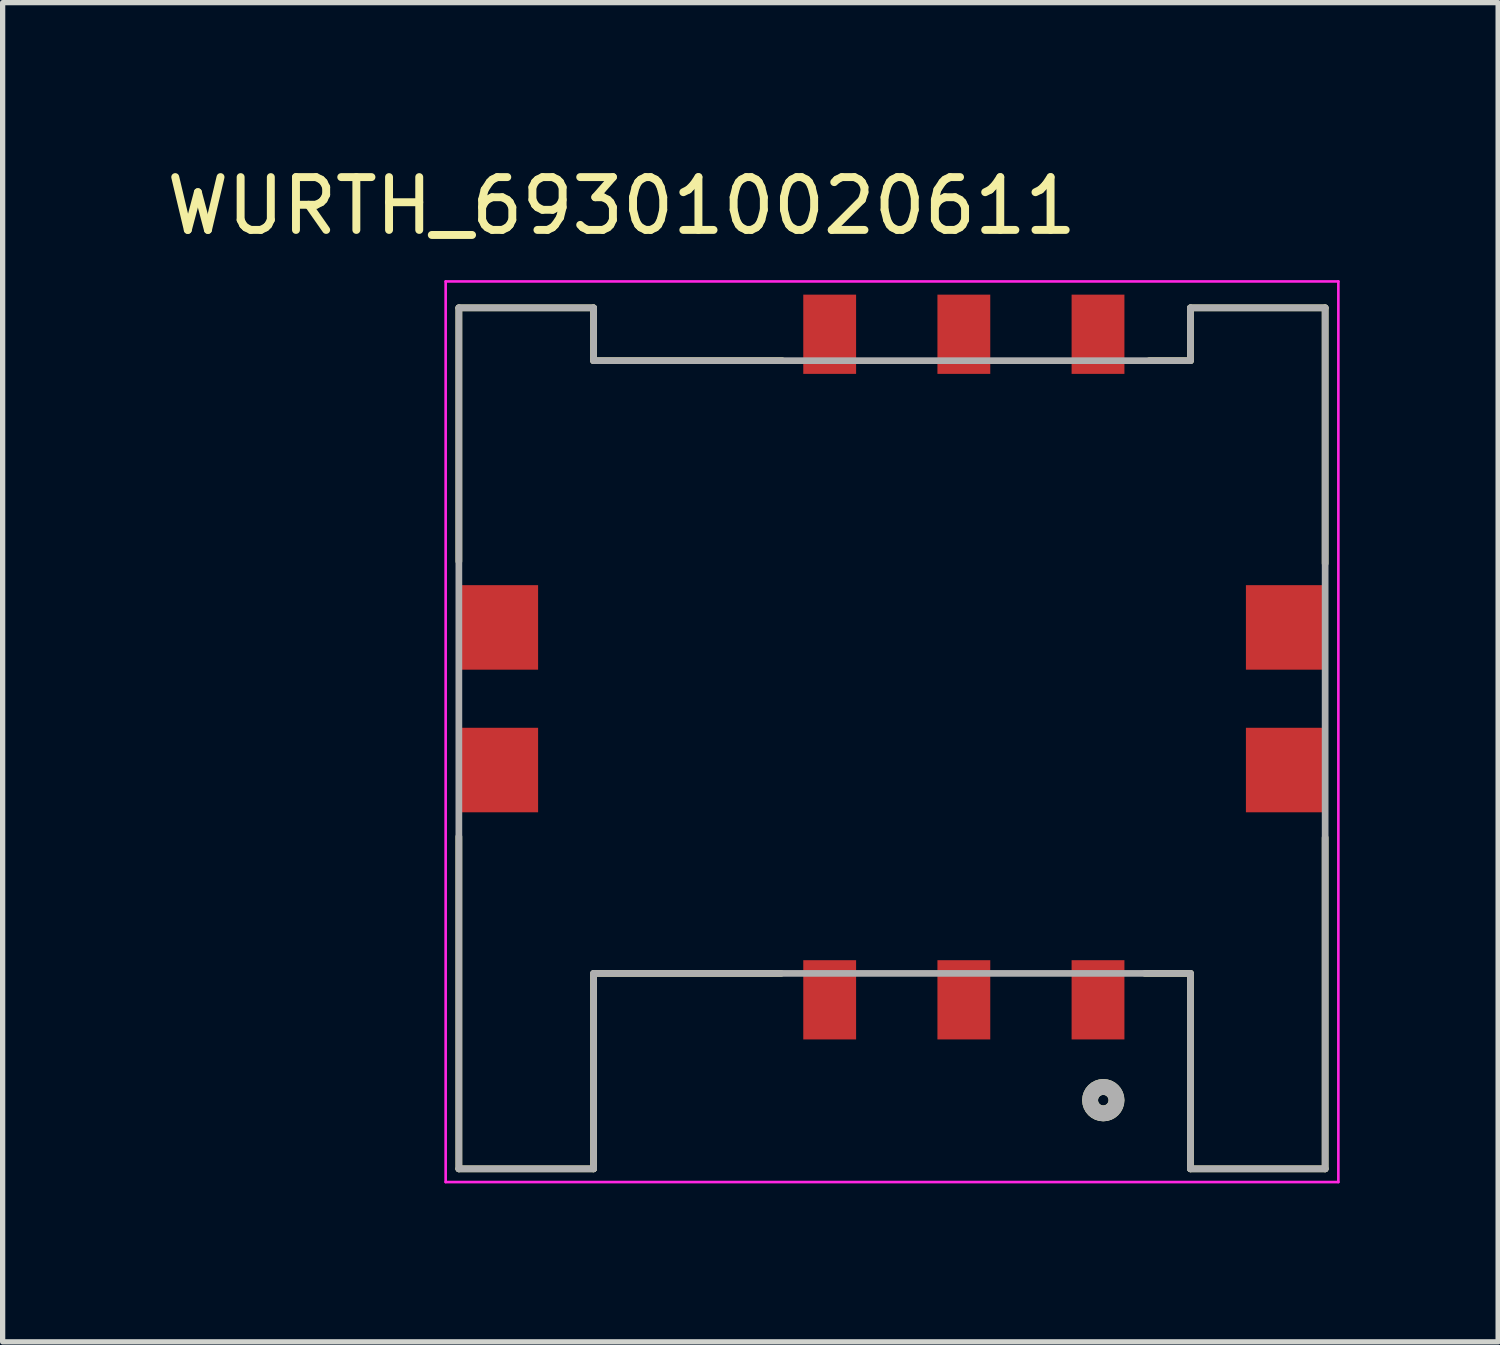
<source format=kicad_pcb>
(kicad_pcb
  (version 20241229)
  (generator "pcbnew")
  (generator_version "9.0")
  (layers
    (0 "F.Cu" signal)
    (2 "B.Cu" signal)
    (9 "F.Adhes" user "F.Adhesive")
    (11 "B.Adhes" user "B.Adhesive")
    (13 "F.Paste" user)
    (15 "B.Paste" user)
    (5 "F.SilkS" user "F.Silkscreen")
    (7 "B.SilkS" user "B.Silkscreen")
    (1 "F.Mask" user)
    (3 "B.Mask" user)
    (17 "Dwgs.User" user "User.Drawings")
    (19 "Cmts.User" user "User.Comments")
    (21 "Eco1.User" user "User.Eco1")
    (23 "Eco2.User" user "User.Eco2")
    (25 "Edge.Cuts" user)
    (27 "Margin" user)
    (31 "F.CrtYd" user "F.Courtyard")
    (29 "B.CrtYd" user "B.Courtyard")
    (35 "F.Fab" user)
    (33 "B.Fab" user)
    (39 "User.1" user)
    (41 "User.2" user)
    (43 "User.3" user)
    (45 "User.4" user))
  (footprint "WURTH_693010020611"
    (layer "F.Cu")
    (at 13.837 9.578)
    (property "Reference" "WURTH_693010020611" (at -5.117 -8.73 0) (layer "F.SilkS") (effects (font (size 1 1) (thickness 0.15))))
    (attr through_hole)
    (fp_line (start -8.2 -6.8) (end -5.65 -6.8) (stroke (width 0.127) (type solid)) (layer "F.SilkS"))
    (fp_line (start -8.2 -2) (end -8.2 -6.8) (stroke (width 0.127) (type solid)) (layer "F.SilkS"))
    (fp_line (start -8.2 3.21) (end -8.2 9.5) (stroke (width 0.127) (type solid)) (layer "F.SilkS"))
    (fp_line (start -8.2 9.5) (end -5.65 9.5) (stroke (width 0.127) (type solid)) (layer "F.SilkS"))
    (fp_line (start -5.65 -6.8) (end -5.65 -5.8) (stroke (width 0.127) (type solid)) (layer "F.SilkS"))
    (fp_line (start -5.65 5.8) (end -5.65 9.5) (stroke (width 0.127) (type solid)) (layer "F.SilkS"))
    (fp_line (start -2.1 5.8) (end -5.63 5.8) (stroke (width 0.127) (type solid)) (layer "F.SilkS"))
    (fp_line (start -2.08 -5.8) (end -5.65 -5.8) (stroke (width 0.127) (type solid)) (layer "F.SilkS"))
    (fp_line (start 4.79 5.8) (end 5.65 5.8) (stroke (width 0.127) (type solid)) (layer "F.SilkS"))
    (fp_line (start 4.87 -5.8) (end 5.65 -5.8) (stroke (width 0.127) (type solid)) (layer "F.SilkS"))
    (fp_line (start 5.65 -5.8) (end 5.65 -6.8) (stroke (width 0.127) (type solid)) (layer "F.SilkS"))
    (fp_line (start 5.65 9.5) (end 5.65 5.8) (stroke (width 0.127) (type solid)) (layer "F.SilkS"))
    (fp_line (start 8.2 -6.8) (end 5.65 -6.8) (stroke (width 0.127) (type solid)) (layer "F.SilkS"))
    (fp_line (start 8.2 -1.96) (end 8.2 -6.8) (stroke (width 0.127) (type solid)) (layer "F.SilkS"))
    (fp_line (start 8.2 3.23) (end 8.2 9.5) (stroke (width 0.127) (type solid)) (layer "F.SilkS"))
    (fp_line (start 8.2 9.5) (end 5.65 9.5) (stroke (width 0.127) (type solid)) (layer "F.SilkS"))
    (fp_circle (center 4 8.2) (end 4.1 8.2) (stroke (width 0.3) (type solid)) (fill no) (layer "F.SilkS"))
    (fp_line (start -8.45 -7.3) (end 8.45 -7.3) (stroke (width 0.05) (type solid)) (layer "F.CrtYd"))
    (fp_line (start -8.45 9.75) (end -8.45 -7.3) (stroke (width 0.05) (type solid)) (layer "F.CrtYd"))
    (fp_line (start 8.45 -7.3) (end 8.45 9.75) (stroke (width 0.05) (type solid)) (layer "F.CrtYd"))
    (fp_line (start 8.45 9.75) (end -8.45 9.75) (stroke (width 0.05) (type solid)) (layer "F.CrtYd"))
    (fp_line (start -8.2 -6.8) (end -8.2 9.5) (stroke (width 0.127) (type solid)) (layer "F.Fab"))
    (fp_line (start -8.2 -6.8) (end -5.65 -6.8) (stroke (width 0.127) (type solid)) (layer "F.Fab"))
    (fp_line (start -8.2 9.5) (end -5.65 9.5) (stroke (width 0.127) (type solid)) (layer "F.Fab"))
    (fp_line (start -5.65 -6.8) (end -5.65 -5.8) (stroke (width 0.127) (type solid)) (layer "F.Fab"))
    (fp_line (start -5.65 -5.8) (end 5.65 -5.8) (stroke (width 0.127) (type solid)) (layer "F.Fab"))
    (fp_line (start -5.65 9.5) (end -5.65 5.8) (stroke (width 0.127) (type solid)) (layer "F.Fab"))
    (fp_line (start 5.65 -6.8) (end 5.65 -5.8) (stroke (width 0.127) (type solid)) (layer "F.Fab"))
    (fp_line (start 5.65 5.8) (end -5.65 5.8) (stroke (width 0.127) (type solid)) (layer "F.Fab"))
    (fp_line (start 5.65 9.5) (end 5.65 5.8) (stroke (width 0.127) (type solid)) (layer "F.Fab"))
    (fp_line (start 8.2 -6.8) (end 5.65 -6.8) (stroke (width 0.127) (type solid)) (layer "F.Fab"))
    (fp_line (start 8.2 9.5) (end 5.65 9.5) (stroke (width 0.127) (type solid)) (layer "F.Fab"))
    (fp_line (start 8.2 9.5) (end 8.2 -6.8) (stroke (width 0.127) (type solid)) (layer "F.Fab"))
    (fp_circle (center 4 8.2) (end 4.1 8.2) (stroke (width 0.3) (type solid)) (fill no) (layer "F.Fab"))
    (pad "1" smd rect (at 3.9 6.3) (size 1 1.5) (layers "F.Cu" "F.Mask" "F.Paste"))
    (pad "2" smd rect (at 1.36 6.3) (size 1 1.5) (layers "F.Cu" "F.Mask" "F.Paste"))
    (pad "3" smd rect (at -1.18 6.3) (size 1 1.5) (layers "F.Cu" "F.Mask" "F.Paste"))
    (pad "4" smd rect (at 3.9 -6.3) (size 1 1.5) (layers "F.Cu" "F.Mask" "F.Paste"))
    (pad "5" smd rect (at 1.36 -6.3) (size 1 1.5) (layers "F.Cu" "F.Mask" "F.Paste"))
    (pad "6" smd rect (at -1.18 -6.3) (size 1 1.5) (layers "F.Cu" "F.Mask" "F.Paste"))
    (pad "S1" smd rect (at -7.45 -0.75) (size 1.5 1.6) (layers "F.Cu" "F.Mask" "F.Paste"))
    (pad "S2" smd rect (at -7.45 1.95) (size 1.5 1.6) (layers "F.Cu" "F.Mask" "F.Paste"))
    (pad "S3" smd rect (at 7.45 -0.75) (size 1.5 1.6) (layers "F.Cu" "F.Mask" "F.Paste"))
    (pad "S4" smd rect (at 7.45 1.95) (size 1.5 1.6) (layers "F.Cu" "F.Mask" "F.Paste"))
    (zone (net_name "") (layer "F.Cu") (hatch full 0.508) (connect_pads) (min_thickness 0.127) (filled_areas_thickness no) (keepout (tracks not_allowed) (vias not_allowed) (pads not_allowed) (copperpour not_allowed) (footprints allowed)) (placement (enabled no)) (fill) (polygon (pts (xy 12.157 4.578) (xy 13.157 4.578) (xy 13.157 5.778) (xy 12.157 5.778))))
    (zone (net_name "") (layer "F.Cu") (hatch full 0.508) (connect_pads) (min_thickness 0.127) (filled_areas_thickness no) (keepout (tracks not_allowed) (vias not_allowed) (pads not_allowed) (copperpour not_allowed) (footprints allowed)) (placement (enabled no)) (fill) (polygon (pts (xy 12.157 13.378) (xy 13.157 13.378) (xy 13.157 14.578) (xy 12.157 14.578))))
    (zone (net_name "") (layer "F.Cu") (hatch full 0.508) (connect_pads) (min_thickness 0.127) (filled_areas_thickness no) (keepout (tracks not_allowed) (vias not_allowed) (pads not_allowed) (copperpour not_allowed) (footprints allowed)) (placement (enabled no)) (fill) (polygon (pts (xy 14.697 4.578) (xy 15.697 4.578) (xy 15.697 5.778) (xy 14.697 5.778))))
    (zone (net_name "") (layer "F.Cu") (hatch full 0.508) (connect_pads) (min_thickness 0.127) (filled_areas_thickness no) (keepout (tracks not_allowed) (vias not_allowed) (pads not_allowed) (copperpour not_allowed) (footprints allowed)) (placement (enabled no)) (fill) (polygon (pts (xy 14.697 13.378) (xy 15.697 13.378) (xy 15.697 14.578) (xy 14.697 14.578))))
    (zone (net_name "") (layer "F.Cu") (hatch full 0.508) (connect_pads) (min_thickness 0.127) (filled_areas_thickness no) (keepout (tracks not_allowed) (vias not_allowed) (pads not_allowed) (copperpour not_allowed) (footprints allowed)) (placement (enabled no)) (fill) (polygon (pts (xy 17.237 4.578) (xy 18.237 4.578) (xy 18.237 5.778) (xy 17.237 5.778))))
    (zone (net_name "") (layer "F.Cu") (hatch full 0.508) (connect_pads) (min_thickness 0.127) (filled_areas_thickness no) (keepout (tracks not_allowed) (vias not_allowed) (pads not_allowed) (copperpour not_allowed) (footprints allowed)) (placement (enabled no)) (fill) (polygon (pts (xy 17.237 13.378) (xy 18.237 13.378) (xy 18.237 14.578) (xy 17.237 14.578)))))
  (gr_rect
    (start -3 -3)
    (end 25.312 22.353)
    (stroke (width 0.1) (type default))
    (fill no)
    (layer "Edge.Cuts")))
</source>
